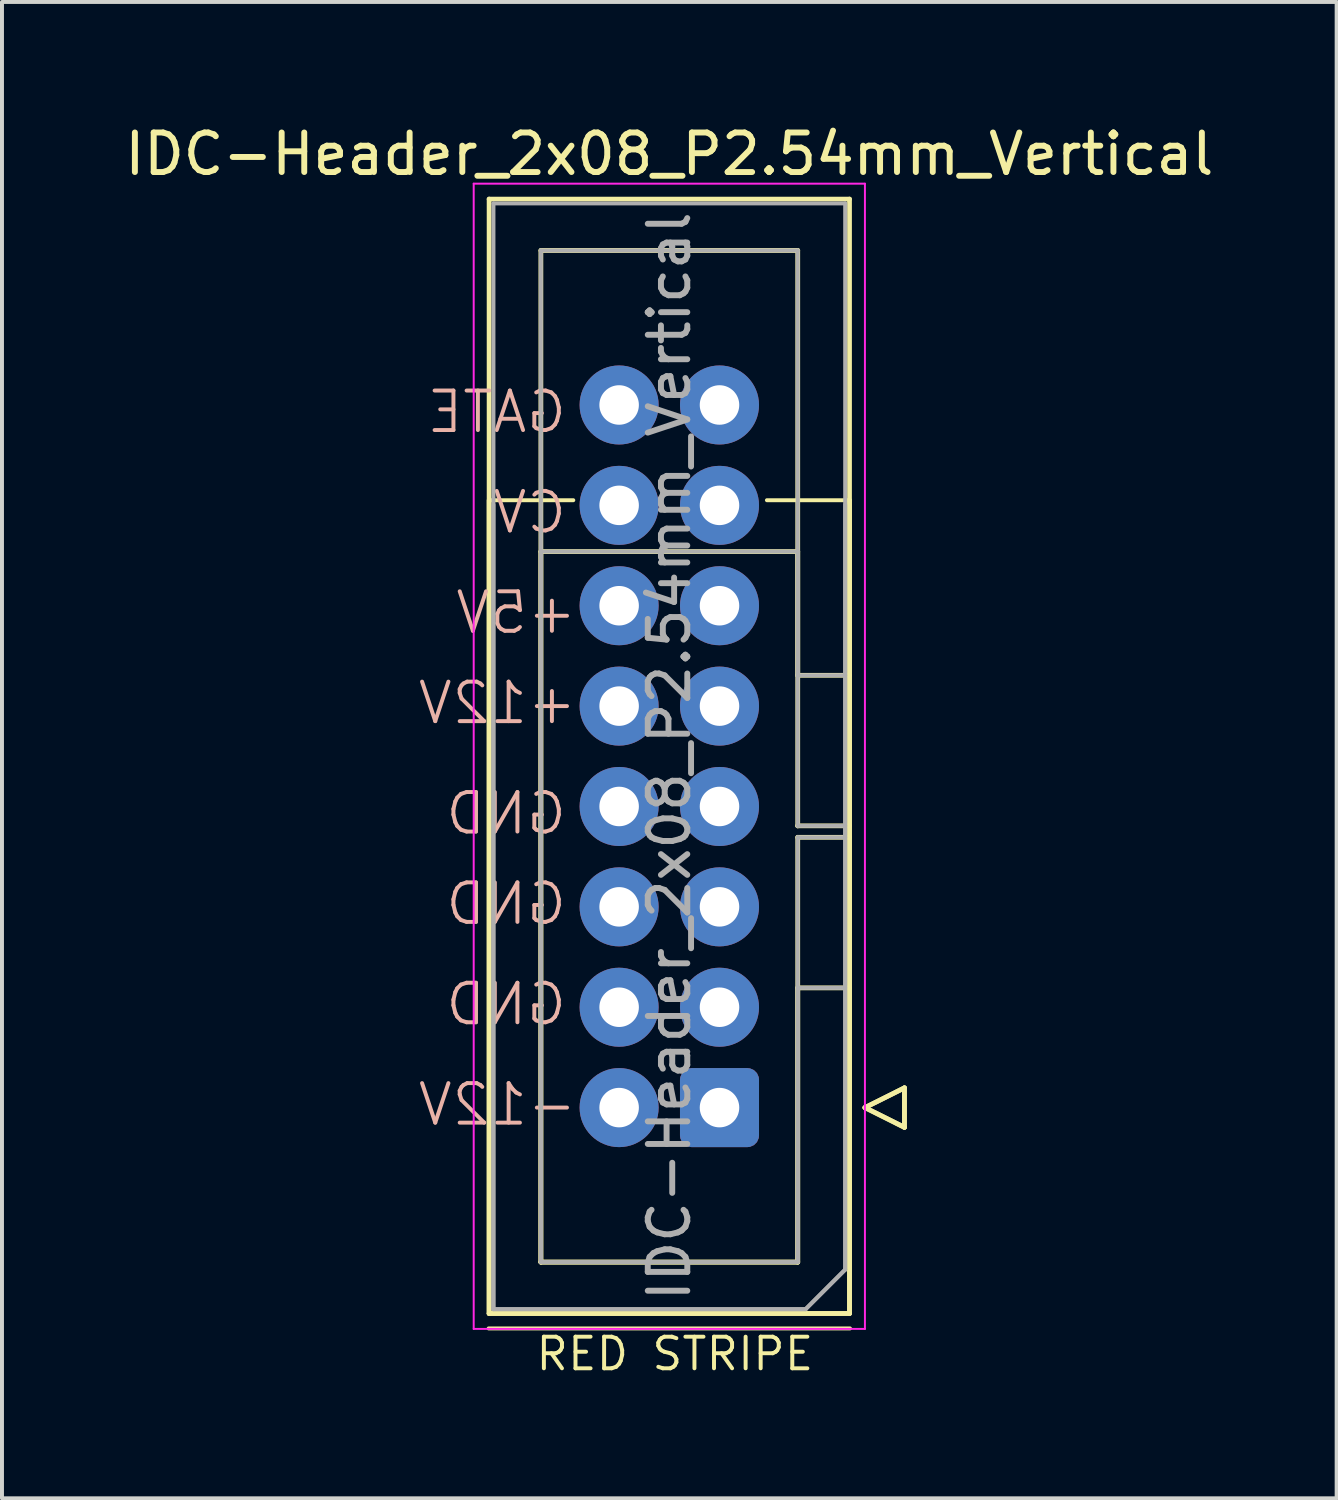
<source format=kicad_pcb>
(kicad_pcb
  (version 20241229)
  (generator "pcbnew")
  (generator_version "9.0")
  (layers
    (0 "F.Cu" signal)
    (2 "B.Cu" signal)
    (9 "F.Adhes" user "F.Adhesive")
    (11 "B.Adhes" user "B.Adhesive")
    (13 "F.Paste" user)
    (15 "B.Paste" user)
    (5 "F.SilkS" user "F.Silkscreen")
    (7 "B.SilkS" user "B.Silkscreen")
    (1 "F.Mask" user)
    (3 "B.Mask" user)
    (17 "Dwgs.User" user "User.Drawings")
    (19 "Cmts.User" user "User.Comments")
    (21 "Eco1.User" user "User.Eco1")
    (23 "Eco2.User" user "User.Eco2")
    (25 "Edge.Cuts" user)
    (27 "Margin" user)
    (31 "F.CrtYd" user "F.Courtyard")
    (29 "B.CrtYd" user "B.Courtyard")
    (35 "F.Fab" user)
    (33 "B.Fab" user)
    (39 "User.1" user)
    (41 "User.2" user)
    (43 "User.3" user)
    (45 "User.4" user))
  (footprint "IDC-Header_2x08_P2.54mm_Vertical"
    (layer "F.Cu")
    (at 15.157 24.978)
    (property "Reference" "IDC-Header_2x08_P2.54mm_Vertical" (at -1.27 -24.13 180) (layer "F.SilkS") (effects (font (size 1 1) (thickness 0.15))))
    (attr through_hole)
    (fp_line (start -5.842 5.588) (end 3.302 5.588) (stroke (width 0.1) (type default)) (layer "F.SilkS"))
    (fp_line (start -5.83 -22.99) (end 3.29 -22.99) (stroke (width 0.12) (type solid)) (layer "F.SilkS"))
    (fp_line (start -5.83 -15.37) (end -3.7 -15.37) (stroke (width 0.1) (type default)) (layer "F.SilkS"))
    (fp_line (start -5.83 5.21) (end -5.83 -22.99) (stroke (width 0.12) (type solid)) (layer "F.SilkS"))
    (fp_line (start -5.83 5.21) (end -5.83 -15.37) (stroke (width 0.12) (type solid)) (layer "F.SilkS"))
    (fp_line (start -4.52 -21.69) (end 1.98 -21.69) (stroke (width 0.12) (type solid)) (layer "F.SilkS"))
    (fp_line (start -4.52 -14.07) (end 1.98 -14.07) (stroke (width 0.12) (type solid)) (layer "F.SilkS"))
    (fp_line (start -4.52 3.91) (end -4.52 -21.69) (stroke (width 0.12) (type solid)) (layer "F.SilkS"))
    (fp_line (start -4.52 3.91) (end -4.52 -14.07) (stroke (width 0.12) (type solid)) (layer "F.SilkS"))
    (fp_line (start 1.98 -21.69) (end 1.98 -10.94) (stroke (width 0.12) (type solid)) (layer "F.SilkS"))
    (fp_line (start 1.98 -14.07) (end 1.98 -7.13) (stroke (width 0.12) (type solid)) (layer "F.SilkS"))
    (fp_line (start 1.98 -10.94) (end 1.98 -10.94) (stroke (width 0.12) (type solid)) (layer "F.SilkS"))
    (fp_line (start 1.98 -10.94) (end 3.29 -10.94) (stroke (width 0.12) (type solid)) (layer "F.SilkS"))
    (fp_line (start 1.98 -7.13) (end 1.98 -7.13) (stroke (width 0.12) (type solid)) (layer "F.SilkS"))
    (fp_line (start 1.98 -7.13) (end 3.29 -7.13) (stroke (width 0.12) (type solid)) (layer "F.SilkS"))
    (fp_line (start 1.98 -6.84) (end 1.98 3.91) (stroke (width 0.12) (type solid)) (layer "F.SilkS"))
    (fp_line (start 1.98 -3.03) (end 1.98 3.91) (stroke (width 0.12) (type solid)) (layer "F.SilkS"))
    (fp_line (start 1.98 3.91) (end -4.52 3.91) (stroke (width 0.12) (type solid)) (layer "F.SilkS"))
    (fp_line (start 1.98 3.91) (end -4.52 3.91) (stroke (width 0.12) (type solid)) (layer "F.SilkS"))
    (fp_line (start 3.29 -22.99) (end 3.29 5.21) (stroke (width 0.12) (type solid)) (layer "F.SilkS"))
    (fp_line (start 3.29 -15.37) (end 1.2 -15.37) (stroke (width 0.1) (type default)) (layer "F.SilkS"))
    (fp_line (start 3.29 -15.37) (end 3.29 5.21) (stroke (width 0.12) (type solid)) (layer "F.SilkS"))
    (fp_line (start 3.29 -6.84) (end 1.98 -6.84) (stroke (width 0.12) (type solid)) (layer "F.SilkS"))
    (fp_line (start 3.29 -3.03) (end 1.98 -3.03) (stroke (width 0.12) (type solid)) (layer "F.SilkS"))
    (fp_line (start 3.29 5.21) (end -5.83 5.21) (stroke (width 0.12) (type solid)) (layer "F.SilkS"))
    (fp_line (start 3.29 5.21) (end -5.83 5.21) (stroke (width 0.12) (type solid)) (layer "F.SilkS"))
    (fp_line (start 3.68 0) (end 4.68 0.5) (stroke (width 0.12) (type solid)) (layer "F.SilkS"))
    (fp_line (start 3.68 0) (end 4.68 0.5) (stroke (width 0.12) (type solid)) (layer "F.SilkS"))
    (fp_line (start 4.68 -0.5) (end 3.68 0) (stroke (width 0.12) (type solid)) (layer "F.SilkS"))
    (fp_line (start 4.68 -0.5) (end 3.68 0) (stroke (width 0.12) (type solid)) (layer "F.SilkS"))
    (fp_line (start 4.68 0.5) (end 4.68 -0.5) (stroke (width 0.12) (type solid)) (layer "F.SilkS"))
    (fp_line (start 4.68 0.5) (end 4.68 -0.5) (stroke (width 0.12) (type solid)) (layer "F.SilkS"))
    (fp_line (start -6.22 -23.38) (end -6.22 5.6) (stroke (width 0.05) (type solid)) (layer "F.CrtYd"))
    (fp_line (start -6.22 5.6) (end 3.68 5.6) (stroke (width 0.05) (type solid)) (layer "F.CrtYd"))
    (fp_line (start 3.68 -23.38) (end -6.22 -23.38) (stroke (width 0.05) (type solid)) (layer "F.CrtYd"))
    (fp_line (start 3.68 5.6) (end 3.68 -23.38) (stroke (width 0.05) (type solid)) (layer "F.CrtYd"))
    (fp_line (start -5.72 -22.88) (end 3.18 -22.88) (stroke (width 0.1) (type solid)) (layer "F.Fab"))
    (fp_line (start -5.72 5.1) (end -5.72 -22.88) (stroke (width 0.1) (type solid)) (layer "F.Fab"))
    (fp_line (start -5.72 5.1) (end -5.72 -15.26) (stroke (width 0.1) (type solid)) (layer "F.Fab"))
    (fp_line (start -4.52 -21.69) (end 1.98 -21.69) (stroke (width 0.1) (type solid)) (layer "F.Fab"))
    (fp_line (start -4.52 -14.07) (end 1.98 -14.07) (stroke (width 0.1) (type solid)) (layer "F.Fab"))
    (fp_line (start -4.52 3.91) (end -4.52 -21.69) (stroke (width 0.1) (type solid)) (layer "F.Fab"))
    (fp_line (start -4.52 3.91) (end -4.52 -14.07) (stroke (width 0.1) (type solid)) (layer "F.Fab"))
    (fp_line (start 1.98 -21.69) (end 1.98 -10.94) (stroke (width 0.1) (type solid)) (layer "F.Fab"))
    (fp_line (start 1.98 -14.07) (end 1.98 -7.13) (stroke (width 0.1) (type solid)) (layer "F.Fab"))
    (fp_line (start 1.98 -10.94) (end 1.98 -10.94) (stroke (width 0.1) (type solid)) (layer "F.Fab"))
    (fp_line (start 1.98 -10.94) (end 3.18 -10.94) (stroke (width 0.1) (type solid)) (layer "F.Fab"))
    (fp_line (start 1.98 -7.13) (end 1.98 -7.13) (stroke (width 0.1) (type solid)) (layer "F.Fab"))
    (fp_line (start 1.98 -7.13) (end 3.18 -7.13) (stroke (width 0.1) (type solid)) (layer "F.Fab"))
    (fp_line (start 1.98 -6.84) (end 1.98 3.91) (stroke (width 0.1) (type solid)) (layer "F.Fab"))
    (fp_line (start 1.98 -3.03) (end 1.98 3.91) (stroke (width 0.1) (type solid)) (layer "F.Fab"))
    (fp_line (start 1.98 3.91) (end -4.52 3.91) (stroke (width 0.1) (type solid)) (layer "F.Fab"))
    (fp_line (start 1.98 3.91) (end -4.52 3.91) (stroke (width 0.1) (type solid)) (layer "F.Fab"))
    (fp_line (start 2.18 5.1) (end -5.72 5.1) (stroke (width 0.1) (type solid)) (layer "F.Fab"))
    (fp_line (start 2.18 5.1) (end -5.72 5.1) (stroke (width 0.1) (type solid)) (layer "F.Fab"))
    (fp_line (start 3.18 -22.88) (end 3.18 4.1) (stroke (width 0.1) (type solid)) (layer "F.Fab"))
    (fp_line (start 3.18 -15.26) (end 3.18 4.1) (stroke (width 0.1) (type solid)) (layer "F.Fab"))
    (fp_line (start 3.18 -6.84) (end 1.98 -6.84) (stroke (width 0.1) (type solid)) (layer "F.Fab"))
    (fp_line (start 3.18 -3.03) (end 1.98 -3.03) (stroke (width 0.1) (type solid)) (layer "F.Fab"))
    (fp_line (start 3.18 4.1) (end 2.18 5.1) (stroke (width 0.1) (type solid)) (layer "F.Fab"))
    (fp_line (start 3.18 4.1) (end 2.18 5.1) (stroke (width 0.1) (type solid)) (layer "F.Fab"))
    (fp_text user "RED STRIPE" (at -4.7 6.7 0) (unlocked yes) (layer "F.SilkS") (effects (font (size 0.8 0.8) (thickness 0.1)) (justify left bottom)))
    (fp_text user "CV" (at -3.81 -14.478 0) (unlocked yes) (layer "B.SilkS") (effects (font (size 1 1) (thickness 0.1)) (justify left bottom mirror)))
    (fp_text user "GATE" (at -3.81 -17.018 0) (unlocked yes) (layer "B.SilkS") (effects (font (size 1 1) (thickness 0.1)) (justify left bottom mirror)))
    (fp_text user "GND" (at -3.81 -2.032 0) (unlocked yes) (layer "B.SilkS") (effects (font (size 1 1) (thickness 0.1)) (justify left bottom mirror)))
    (fp_text user "+5V" (at -3.556 -11.938 0) (unlocked yes) (layer "B.SilkS") (effects (font (size 1 1) (thickness 0.1)) (justify left bottom mirror)))
    (fp_text user "-12V" (at -3.556 0.508 0) (unlocked yes) (layer "B.SilkS") (effects (font (size 1 1) (thickness 0.1)) (justify left bottom mirror)))
    (fp_text user "+12V" (at -3.556 -9.652 0) (unlocked yes) (layer "B.SilkS") (effects (font (size 1 1) (thickness 0.1)) (justify left bottom mirror)))
    (fp_text user "GND" (at -3.81 -6.858 0) (unlocked yes) (layer "B.SilkS") (effects (font (size 1 1) (thickness 0.1)) (justify left bottom mirror)))
    (fp_text user "GND" (at -3.81 -4.572 0) (unlocked yes) (layer "B.SilkS") (effects (font (size 1 1) (thickness 0.1)) (justify left bottom mirror)))
    (fp_text user "${REFERENCE}" (at -1.27 -8.89 270) (layer "F.Fab") (effects (font (size 1 1) (thickness 0.15))))
    (pad "1" thru_hole roundrect (at 0 0 180) (size 2 2) (drill 1) (layers "*.Cu" "*.Mask") (roundrect_rratio 0.147))
    (pad "2" thru_hole circle (at -2.54 0 180) (size 2 2) (drill 1) (layers "*.Cu" "*.Mask"))
    (pad "3" thru_hole circle (at 0 -2.54 180) (size 2 2) (drill 1) (layers "*.Cu" "*.Mask"))
    (pad "4" thru_hole circle (at -2.54 -2.54 180) (size 2 2) (drill 1) (layers "*.Cu" "*.Mask"))
    (pad "5" thru_hole circle (at 0 -5.08 180) (size 2 2) (drill 1) (layers "*.Cu" "*.Mask"))
    (pad "6" thru_hole circle (at -2.54 -5.08 180) (size 2 2) (drill 1) (layers "*.Cu" "*.Mask"))
    (pad "7" thru_hole circle (at 0 -7.62 180) (size 2 2) (drill 1) (layers "*.Cu" "*.Mask"))
    (pad "8" thru_hole circle (at -2.54 -7.62 180) (size 2 2) (drill 1) (layers "*.Cu" "*.Mask"))
    (pad "9" thru_hole circle (at 0 -10.16 180) (size 2 2) (drill 1) (layers "*.Cu" "*.Mask"))
    (pad "10" thru_hole circle (at -2.54 -10.16 180) (size 2 2) (drill 1) (layers "*.Cu" "*.Mask"))
    (pad "11" thru_hole circle (at 0 -12.7 180) (size 2 2) (drill 1) (layers "*.Cu" "*.Mask"))
    (pad "12" thru_hole circle (at -2.54 -12.7 180) (size 2 2) (drill 1) (layers "*.Cu" "*.Mask"))
    (pad "13" thru_hole circle (at 0 -15.24 180) (size 2 2) (drill 1) (layers "*.Cu" "*.Mask"))
    (pad "14" thru_hole circle (at -2.54 -15.24 180) (size 2 2) (drill 1) (layers "*.Cu" "*.Mask"))
    (pad "15" thru_hole circle (at 0 -17.78 180) (size 2 2) (drill 1) (layers "*.Cu" "*.Mask"))
    (pad "16" thru_hole circle (at -2.54 -17.78 180) (size 2 2) (drill 1) (layers "*.Cu" "*.Mask")))
  (gr_rect
    (start -3 -3)
    (end 30.774 34.865)
    (stroke (width 0.1) (type default))
    (fill no)
    (layer "Edge.Cuts")))
</source>
